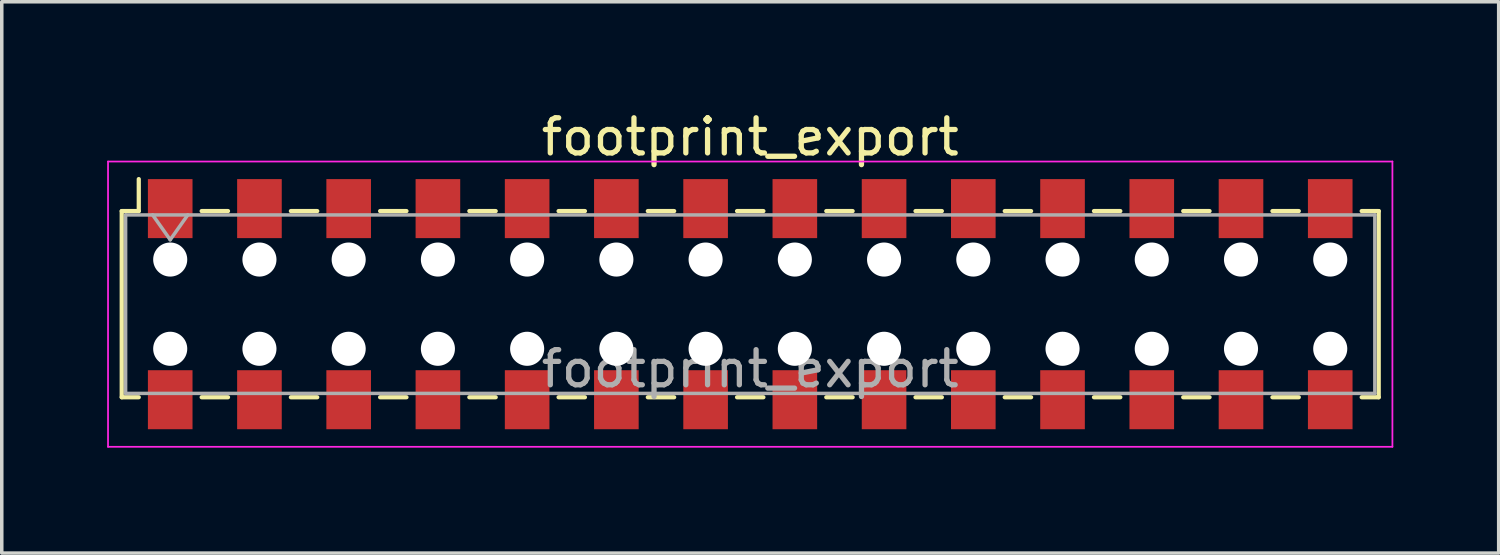
<source format=kicad_pcb>
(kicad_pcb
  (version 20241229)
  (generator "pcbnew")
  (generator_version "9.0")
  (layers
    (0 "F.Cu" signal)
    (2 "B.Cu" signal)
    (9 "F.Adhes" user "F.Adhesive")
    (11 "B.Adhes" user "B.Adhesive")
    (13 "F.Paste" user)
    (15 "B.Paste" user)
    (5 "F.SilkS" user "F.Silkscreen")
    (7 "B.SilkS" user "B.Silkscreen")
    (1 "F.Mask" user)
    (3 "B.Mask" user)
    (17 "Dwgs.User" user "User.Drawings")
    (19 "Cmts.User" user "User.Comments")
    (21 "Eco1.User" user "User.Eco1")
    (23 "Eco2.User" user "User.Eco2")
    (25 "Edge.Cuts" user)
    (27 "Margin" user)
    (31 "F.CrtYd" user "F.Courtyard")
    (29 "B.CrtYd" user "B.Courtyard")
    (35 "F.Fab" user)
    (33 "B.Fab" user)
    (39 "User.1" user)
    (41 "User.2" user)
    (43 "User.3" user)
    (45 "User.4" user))
  (footprint "footprint_export"
    (layer "F.Cu")
    (at 18.305 5.608)
    (property "Reference" "footprint_export" (at 0 -4.76 0) (layer "F.SilkS") (effects (font (size 1 1) (thickness 0.15))))
    (attr smd)
    (fp_line (start -17.89 -2.65) (end -17.89 2.65) (stroke (width 0.12) (type solid)) (layer "F.SilkS"))
    (fp_line (start -17.89 2.65) (end -17.405 2.65) (stroke (width 0.12) (type solid)) (layer "F.SilkS"))
    (fp_line (start -17.405 -3.56) (end -17.405 -2.65) (stroke (width 0.12) (type solid)) (layer "F.SilkS"))
    (fp_line (start -17.405 -2.65) (end -17.89 -2.65) (stroke (width 0.12) (type solid)) (layer "F.SilkS"))
    (fp_line (start -15.615 -2.65) (end -14.865 -2.65) (stroke (width 0.12) (type solid)) (layer "F.SilkS"))
    (fp_line (start -15.615 2.65) (end -14.865 2.65) (stroke (width 0.12) (type solid)) (layer "F.SilkS"))
    (fp_line (start -13.075 -2.65) (end -12.325 -2.65) (stroke (width 0.12) (type solid)) (layer "F.SilkS"))
    (fp_line (start -13.075 2.65) (end -12.325 2.65) (stroke (width 0.12) (type solid)) (layer "F.SilkS"))
    (fp_line (start -10.535 -2.65) (end -9.785 -2.65) (stroke (width 0.12) (type solid)) (layer "F.SilkS"))
    (fp_line (start -10.535 2.65) (end -9.785 2.65) (stroke (width 0.12) (type solid)) (layer "F.SilkS"))
    (fp_line (start -7.995 -2.65) (end -7.245 -2.65) (stroke (width 0.12) (type solid)) (layer "F.SilkS"))
    (fp_line (start -7.995 2.65) (end -7.245 2.65) (stroke (width 0.12) (type solid)) (layer "F.SilkS"))
    (fp_line (start -5.455 -2.65) (end -4.705 -2.65) (stroke (width 0.12) (type solid)) (layer "F.SilkS"))
    (fp_line (start -5.455 2.65) (end -4.705 2.65) (stroke (width 0.12) (type solid)) (layer "F.SilkS"))
    (fp_line (start -2.915 -2.65) (end -2.165 -2.65) (stroke (width 0.12) (type solid)) (layer "F.SilkS"))
    (fp_line (start -2.915 2.65) (end -2.165 2.65) (stroke (width 0.12) (type solid)) (layer "F.SilkS"))
    (fp_line (start -0.375 -2.65) (end 0.375 -2.65) (stroke (width 0.12) (type solid)) (layer "F.SilkS"))
    (fp_line (start -0.375 2.65) (end 0.375 2.65) (stroke (width 0.12) (type solid)) (layer "F.SilkS"))
    (fp_line (start 2.165 -2.65) (end 2.915 -2.65) (stroke (width 0.12) (type solid)) (layer "F.SilkS"))
    (fp_line (start 2.165 2.65) (end 2.915 2.65) (stroke (width 0.12) (type solid)) (layer "F.SilkS"))
    (fp_line (start 4.705 -2.65) (end 5.455 -2.65) (stroke (width 0.12) (type solid)) (layer "F.SilkS"))
    (fp_line (start 4.705 2.65) (end 5.455 2.65) (stroke (width 0.12) (type solid)) (layer "F.SilkS"))
    (fp_line (start 7.245 -2.65) (end 7.995 -2.65) (stroke (width 0.12) (type solid)) (layer "F.SilkS"))
    (fp_line (start 7.245 2.65) (end 7.995 2.65) (stroke (width 0.12) (type solid)) (layer "F.SilkS"))
    (fp_line (start 9.785 -2.65) (end 10.535 -2.65) (stroke (width 0.12) (type solid)) (layer "F.SilkS"))
    (fp_line (start 9.785 2.65) (end 10.535 2.65) (stroke (width 0.12) (type solid)) (layer "F.SilkS"))
    (fp_line (start 12.325 -2.65) (end 13.075 -2.65) (stroke (width 0.12) (type solid)) (layer "F.SilkS"))
    (fp_line (start 12.325 2.65) (end 13.075 2.65) (stroke (width 0.12) (type solid)) (layer "F.SilkS"))
    (fp_line (start 14.865 -2.65) (end 15.615 -2.65) (stroke (width 0.12) (type solid)) (layer "F.SilkS"))
    (fp_line (start 14.865 2.65) (end 15.615 2.65) (stroke (width 0.12) (type solid)) (layer "F.SilkS"))
    (fp_line (start 17.405 -2.65) (end 17.89 -2.65) (stroke (width 0.12) (type solid)) (layer "F.SilkS"))
    (fp_line (start 17.89 -2.65) (end 17.89 2.65) (stroke (width 0.12) (type solid)) (layer "F.SilkS"))
    (fp_line (start 17.89 2.65) (end 17.405 2.65) (stroke (width 0.12) (type solid)) (layer "F.SilkS"))
    (fp_line (start -18.28 -4.06) (end 18.28 -4.06) (stroke (width 0.05) (type solid)) (layer "F.CrtYd"))
    (fp_line (start -18.28 4.06) (end -18.28 -4.06) (stroke (width 0.05) (type solid)) (layer "F.CrtYd"))
    (fp_line (start 18.28 -4.06) (end 18.28 4.06) (stroke (width 0.05) (type solid)) (layer "F.CrtYd"))
    (fp_line (start 18.28 4.06) (end -18.28 4.06) (stroke (width 0.05) (type solid)) (layer "F.CrtYd"))
    (fp_line (start -17.78 -2.54) (end 17.78 -2.54) (stroke (width 0.1) (type solid)) (layer "F.Fab"))
    (fp_line (start -17.78 2.54) (end -17.78 -2.54) (stroke (width 0.1) (type solid)) (layer "F.Fab"))
    (fp_line (start -17.01 -2.54) (end -16.51 -1.833) (stroke (width 0.1) (type solid)) (layer "F.Fab"))
    (fp_line (start -16.51 -1.833) (end -16.01 -2.54) (stroke (width 0.1) (type solid)) (layer "F.Fab"))
    (fp_line (start 17.78 -2.54) (end 17.78 2.54) (stroke (width 0.1) (type solid)) (layer "F.Fab"))
    (fp_line (start 17.78 2.54) (end -17.78 2.54) (stroke (width 0.1) (type solid)) (layer "F.Fab"))
    (fp_text user "${REFERENCE}" (at 0 1.84 0) (layer "F.Fab") (effects (font (size 1 1) (thickness 0.15))))
    (pad "" np_thru_hole circle (at -16.51 -1.27) (size 0.97 0.97) (drill 0.97) (layers "*.Cu" "*.Mask"))
    (pad "" np_thru_hole circle (at -16.51 1.27) (size 0.97 0.97) (drill 0.97) (layers "*.Cu" "*.Mask"))
    (pad "" np_thru_hole circle (at -13.97 -1.27) (size 0.97 0.97) (drill 0.97) (layers "*.Cu" "*.Mask"))
    (pad "" np_thru_hole circle (at -13.97 1.27) (size 0.97 0.97) (drill 0.97) (layers "*.Cu" "*.Mask"))
    (pad "" np_thru_hole circle (at -11.43 -1.27) (size 0.97 0.97) (drill 0.97) (layers "*.Cu" "*.Mask"))
    (pad "" np_thru_hole circle (at -11.43 1.27) (size 0.97 0.97) (drill 0.97) (layers "*.Cu" "*.Mask"))
    (pad "" np_thru_hole circle (at -8.89 -1.27) (size 0.97 0.97) (drill 0.97) (layers "*.Cu" "*.Mask"))
    (pad "" np_thru_hole circle (at -8.89 1.27) (size 0.97 0.97) (drill 0.97) (layers "*.Cu" "*.Mask"))
    (pad "" np_thru_hole circle (at -6.35 -1.27) (size 0.97 0.97) (drill 0.97) (layers "*.Cu" "*.Mask"))
    (pad "" np_thru_hole circle (at -6.35 1.27) (size 0.97 0.97) (drill 0.97) (layers "*.Cu" "*.Mask"))
    (pad "" np_thru_hole circle (at -3.81 -1.27) (size 0.97 0.97) (drill 0.97) (layers "*.Cu" "*.Mask"))
    (pad "" np_thru_hole circle (at -3.81 1.27) (size 0.97 0.97) (drill 0.97) (layers "*.Cu" "*.Mask"))
    (pad "" np_thru_hole circle (at -1.27 -1.27) (size 0.97 0.97) (drill 0.97) (layers "*.Cu" "*.Mask"))
    (pad "" np_thru_hole circle (at -1.27 1.27) (size 0.97 0.97) (drill 0.97) (layers "*.Cu" "*.Mask"))
    (pad "" np_thru_hole circle (at 1.27 -1.27) (size 0.97 0.97) (drill 0.97) (layers "*.Cu" "*.Mask"))
    (pad "" np_thru_hole circle (at 1.27 1.27) (size 0.97 0.97) (drill 0.97) (layers "*.Cu" "*.Mask"))
    (pad "" np_thru_hole circle (at 3.81 -1.27) (size 0.97 0.97) (drill 0.97) (layers "*.Cu" "*.Mask"))
    (pad "" np_thru_hole circle (at 3.81 1.27) (size 0.97 0.97) (drill 0.97) (layers "*.Cu" "*.Mask"))
    (pad "" np_thru_hole circle (at 6.35 -1.27) (size 0.97 0.97) (drill 0.97) (layers "*.Cu" "*.Mask"))
    (pad "" np_thru_hole circle (at 6.35 1.27) (size 0.97 0.97) (drill 0.97) (layers "*.Cu" "*.Mask"))
    (pad "" np_thru_hole circle (at 8.89 -1.27) (size 0.97 0.97) (drill 0.97) (layers "*.Cu" "*.Mask"))
    (pad "" np_thru_hole circle (at 8.89 1.27) (size 0.97 0.97) (drill 0.97) (layers "*.Cu" "*.Mask"))
    (pad "" np_thru_hole circle (at 11.43 -1.27) (size 0.97 0.97) (drill 0.97) (layers "*.Cu" "*.Mask"))
    (pad "" np_thru_hole circle (at 11.43 1.27) (size 0.97 0.97) (drill 0.97) (layers "*.Cu" "*.Mask"))
    (pad "" np_thru_hole circle (at 13.97 -1.27) (size 0.97 0.97) (drill 0.97) (layers "*.Cu" "*.Mask"))
    (pad "" np_thru_hole circle (at 13.97 1.27) (size 0.97 0.97) (drill 0.97) (layers "*.Cu" "*.Mask"))
    (pad "" np_thru_hole circle (at 16.51 -1.27) (size 0.97 0.97) (drill 0.97) (layers "*.Cu" "*.Mask"))
    (pad "" np_thru_hole circle (at 16.51 1.27) (size 0.97 0.97) (drill 0.97) (layers "*.Cu" "*.Mask"))
    (pad "1" smd rect (at -16.51 -2.72) (size 1.27 1.68) (layers "F.Cu" "F.Mask" "F.Paste"))
    (pad "2" smd rect (at -16.51 2.72) (size 1.27 1.68) (layers "F.Cu" "F.Mask" "F.Paste"))
    (pad "3" smd rect (at -13.97 -2.72) (size 1.27 1.68) (layers "F.Cu" "F.Mask" "F.Paste"))
    (pad "4" smd rect (at -13.97 2.72) (size 1.27 1.68) (layers "F.Cu" "F.Mask" "F.Paste"))
    (pad "5" smd rect (at -11.43 -2.72) (size 1.27 1.68) (layers "F.Cu" "F.Mask" "F.Paste"))
    (pad "6" smd rect (at -11.43 2.72) (size 1.27 1.68) (layers "F.Cu" "F.Mask" "F.Paste"))
    (pad "7" smd rect (at -8.89 -2.72) (size 1.27 1.68) (layers "F.Cu" "F.Mask" "F.Paste"))
    (pad "8" smd rect (at -8.89 2.72) (size 1.27 1.68) (layers "F.Cu" "F.Mask" "F.Paste"))
    (pad "9" smd rect (at -6.35 -2.72) (size 1.27 1.68) (layers "F.Cu" "F.Mask" "F.Paste"))
    (pad "10" smd rect (at -6.35 2.72) (size 1.27 1.68) (layers "F.Cu" "F.Mask" "F.Paste"))
    (pad "11" smd rect (at -3.81 -2.72) (size 1.27 1.68) (layers "F.Cu" "F.Mask" "F.Paste"))
    (pad "12" smd rect (at -3.81 2.72) (size 1.27 1.68) (layers "F.Cu" "F.Mask" "F.Paste"))
    (pad "13" smd rect (at -1.27 -2.72) (size 1.27 1.68) (layers "F.Cu" "F.Mask" "F.Paste"))
    (pad "14" smd rect (at -1.27 2.72) (size 1.27 1.68) (layers "F.Cu" "F.Mask" "F.Paste"))
    (pad "15" smd rect (at 1.27 -2.72) (size 1.27 1.68) (layers "F.Cu" "F.Mask" "F.Paste"))
    (pad "16" smd rect (at 1.27 2.72) (size 1.27 1.68) (layers "F.Cu" "F.Mask" "F.Paste"))
    (pad "17" smd rect (at 3.81 -2.72) (size 1.27 1.68) (layers "F.Cu" "F.Mask" "F.Paste"))
    (pad "18" smd rect (at 3.81 2.72) (size 1.27 1.68) (layers "F.Cu" "F.Mask" "F.Paste"))
    (pad "19" smd rect (at 6.35 -2.72) (size 1.27 1.68) (layers "F.Cu" "F.Mask" "F.Paste"))
    (pad "20" smd rect (at 6.35 2.72) (size 1.27 1.68) (layers "F.Cu" "F.Mask" "F.Paste"))
    (pad "21" smd rect (at 8.89 -2.72) (size 1.27 1.68) (layers "F.Cu" "F.Mask" "F.Paste"))
    (pad "22" smd rect (at 8.89 2.72) (size 1.27 1.68) (layers "F.Cu" "F.Mask" "F.Paste"))
    (pad "23" smd rect (at 11.43 -2.72) (size 1.27 1.68) (layers "F.Cu" "F.Mask" "F.Paste"))
    (pad "24" smd rect (at 11.43 2.72) (size 1.27 1.68) (layers "F.Cu" "F.Mask" "F.Paste"))
    (pad "25" smd rect (at 13.97 -2.72) (size 1.27 1.68) (layers "F.Cu" "F.Mask" "F.Paste"))
    (pad "26" smd rect (at 13.97 2.72) (size 1.27 1.68) (layers "F.Cu" "F.Mask" "F.Paste"))
    (pad "27" smd rect (at 16.51 -2.72) (size 1.27 1.68) (layers "F.Cu" "F.Mask" "F.Paste"))
    (pad "28" smd rect (at 16.51 2.72) (size 1.27 1.68) (layers "F.Cu" "F.Mask" "F.Paste")))
  (gr_rect
    (start -3 -3)
    (end 39.61 12.693)
    (stroke (width 0.1) (type default))
    (fill no)
    (layer "Edge.Cuts")))
</source>
